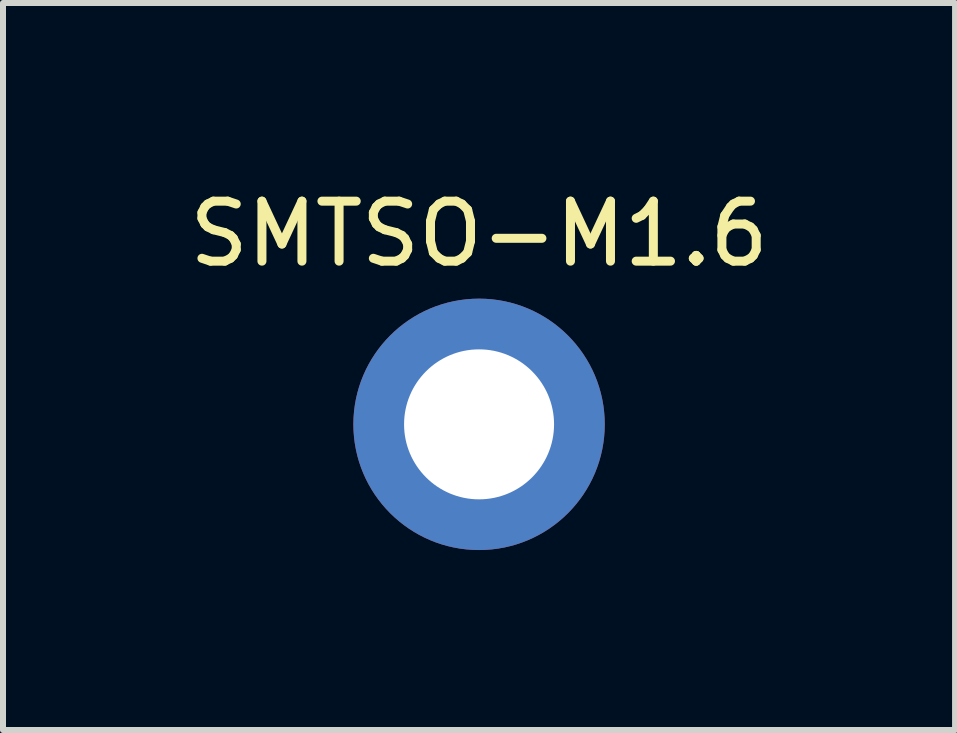
<source format=kicad_pcb>
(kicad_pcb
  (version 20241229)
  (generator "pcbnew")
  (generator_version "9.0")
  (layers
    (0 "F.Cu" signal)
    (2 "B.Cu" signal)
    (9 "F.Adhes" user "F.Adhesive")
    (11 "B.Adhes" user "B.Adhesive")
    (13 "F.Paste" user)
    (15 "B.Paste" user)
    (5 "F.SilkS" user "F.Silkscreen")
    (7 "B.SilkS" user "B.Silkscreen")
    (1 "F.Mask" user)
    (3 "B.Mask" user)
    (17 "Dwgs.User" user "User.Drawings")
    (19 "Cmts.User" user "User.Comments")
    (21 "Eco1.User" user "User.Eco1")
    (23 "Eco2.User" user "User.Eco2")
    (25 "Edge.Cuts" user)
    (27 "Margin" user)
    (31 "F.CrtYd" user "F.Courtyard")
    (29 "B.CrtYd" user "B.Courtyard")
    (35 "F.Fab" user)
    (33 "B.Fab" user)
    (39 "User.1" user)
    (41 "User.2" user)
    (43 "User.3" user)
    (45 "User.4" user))
  (footprint "SMTSO-M1.6"
    (layer "F.Cu")
    (at 4.935 4.023)
    (property "Reference" "SMTSO-M1.6" (at 0 -3.175 0) (unlocked yes) (layer "F.SilkS") (effects (font (size 1 1) (thickness 0.15))))
    (attr through_hole)
    (fp_circle (center -1.65 0) (end -1.35 0) (stroke (width 0.12) (type solid)) (fill yes) (layer "F.Paste"))
    (fp_circle (center -1.2 -1.2) (end -0.9 -1.2) (stroke (width 0.12) (type solid)) (fill yes) (layer "F.Paste"))
    (fp_circle (center -1.2 1.15) (end -0.9 1.15) (stroke (width 0.12) (type solid)) (fill yes) (layer "F.Paste"))
    (fp_circle (center 0 -1.7) (end 0.3 -1.7) (stroke (width 0.12) (type solid)) (fill yes) (layer "F.Paste"))
    (fp_circle (center 0 1.65) (end 0.3 1.65) (stroke (width 0.12) (type solid)) (fill yes) (layer "F.Paste"))
    (fp_circle (center 1.2 -1.2) (end 1.5 -1.2) (stroke (width 0.12) (type solid)) (fill yes) (layer "F.Paste"))
    (fp_circle (center 1.2 1.15) (end 1.5 1.15) (stroke (width 0.12) (type solid)) (fill yes) (layer "F.Paste"))
    (fp_circle (center 1.65 0) (end 1.95 0) (stroke (width 0.12) (type solid)) (fill yes) (layer "F.Paste"))
    (pad "1" thru_hole circle (at 0 0) (size 4.19 4.19) (drill 2.5) (layers "*.Cu" "F.Mask")))
  (gr_rect
    (start -3 -3)
    (end 12.869 9.118)
    (stroke (width 0.1) (type default))
    (fill no)
    (layer "Edge.Cuts")))
</source>
